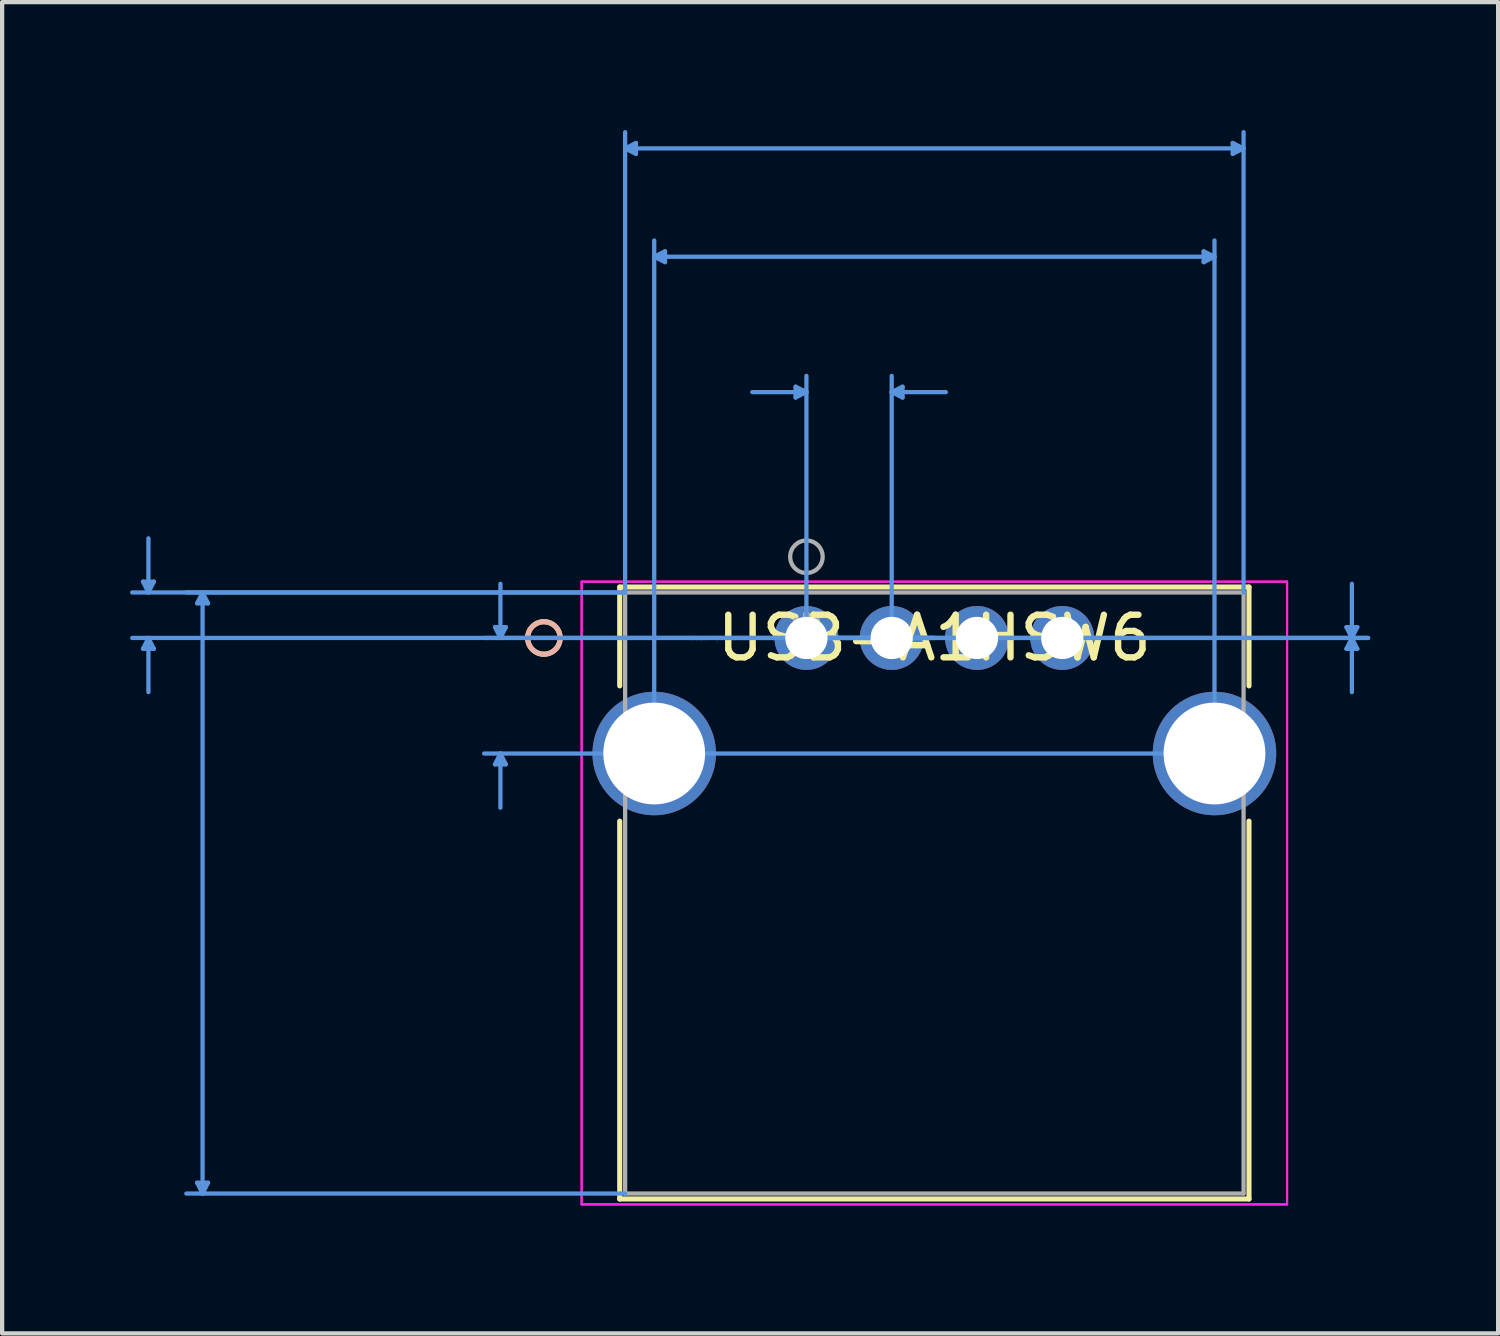
<source format=kicad_pcb>
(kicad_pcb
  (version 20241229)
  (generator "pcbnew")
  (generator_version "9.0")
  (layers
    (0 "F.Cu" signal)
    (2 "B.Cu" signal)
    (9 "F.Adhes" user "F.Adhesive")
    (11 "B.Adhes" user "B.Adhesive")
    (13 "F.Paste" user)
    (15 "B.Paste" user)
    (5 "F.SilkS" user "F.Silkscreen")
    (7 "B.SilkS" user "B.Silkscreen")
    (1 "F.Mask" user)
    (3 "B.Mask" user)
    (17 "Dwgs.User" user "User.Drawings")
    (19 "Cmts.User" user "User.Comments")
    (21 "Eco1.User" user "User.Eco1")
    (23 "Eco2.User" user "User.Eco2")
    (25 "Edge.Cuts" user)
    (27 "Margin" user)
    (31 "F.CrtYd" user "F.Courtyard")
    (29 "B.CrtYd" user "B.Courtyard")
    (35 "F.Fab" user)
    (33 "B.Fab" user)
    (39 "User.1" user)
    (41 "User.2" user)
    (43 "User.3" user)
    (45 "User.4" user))
  (footprint "USB-A1HSW6"
    (layer "F.Cu")
    (at 15.863 11.912)
    (property "Reference" "USB-A1HSW6" (at 3 0 0) (layer "F.SilkS") (effects (font (size 1 1) (thickness 0.15))))
    (attr through_hole)
    (fp_line (start -4.379 -1.194) (end -4.379 1.124) (stroke (width 0.12) (type solid)) (layer "F.SilkS"))
    (fp_line (start -4.379 4.296) (end -4.379 13.157) (stroke (width 0.12) (type solid)) (layer "F.SilkS"))
    (fp_line (start -4.379 13.157) (end 10.379 13.157) (stroke (width 0.12) (type solid)) (layer "F.SilkS"))
    (fp_line (start 10.379 -1.194) (end -4.379 -1.194) (stroke (width 0.12) (type solid)) (layer "F.SilkS"))
    (fp_line (start 10.379 1.124) (end 10.379 -1.194) (stroke (width 0.12) (type solid)) (layer "F.SilkS"))
    (fp_line (start 10.379 13.157) (end 10.379 4.296) (stroke (width 0.12) (type solid)) (layer "F.SilkS"))
    (fp_circle (center -6.157 0) (end -5.776 0) (stroke (width 0.12) (type solid)) (fill no) (layer "F.SilkS"))
    (fp_circle (center -6.157 0) (end -5.776 0) (stroke (width 0.12) (type solid)) (fill no) (layer "B.SilkS"))
    (fp_line (start -15.559 -1.321) (end -15.305 -1.321) (stroke (width 0.1) (type solid)) (layer "Cmts.User"))
    (fp_line (start -15.559 0.254) (end -15.305 0.254) (stroke (width 0.1) (type solid)) (layer "Cmts.User"))
    (fp_line (start -15.432 -1.067) (end -15.559 -1.321) (stroke (width 0.1) (type solid)) (layer "Cmts.User"))
    (fp_line (start -15.432 -1.067) (end -15.432 -2.337) (stroke (width 0.1) (type solid)) (layer "Cmts.User"))
    (fp_line (start -15.432 -1.067) (end -15.305 -1.321) (stroke (width 0.1) (type solid)) (layer "Cmts.User"))
    (fp_line (start -15.432 0) (end -15.559 0.254) (stroke (width 0.1) (type solid)) (layer "Cmts.User"))
    (fp_line (start -15.432 0) (end -15.432 1.27) (stroke (width 0.1) (type solid)) (layer "Cmts.User"))
    (fp_line (start -15.432 0) (end -15.305 0.254) (stroke (width 0.1) (type solid)) (layer "Cmts.User"))
    (fp_line (start -14.289 -0.813) (end -14.035 -0.813) (stroke (width 0.1) (type solid)) (layer "Cmts.User"))
    (fp_line (start -14.289 12.776) (end -14.035 12.776) (stroke (width 0.1) (type solid)) (layer "Cmts.User"))
    (fp_line (start -14.162 -1.067) (end -14.289 -0.813) (stroke (width 0.1) (type solid)) (layer "Cmts.User"))
    (fp_line (start -14.162 -1.067) (end -14.162 13.03) (stroke (width 0.1) (type solid)) (layer "Cmts.User"))
    (fp_line (start -14.162 -1.067) (end -14.035 -0.813) (stroke (width 0.1) (type solid)) (layer "Cmts.User"))
    (fp_line (start -14.162 13.03) (end -14.289 12.776) (stroke (width 0.1) (type solid)) (layer "Cmts.User"))
    (fp_line (start -14.162 13.03) (end -14.035 12.776) (stroke (width 0.1) (type solid)) (layer "Cmts.User"))
    (fp_line (start -7.304 -0.254) (end -7.05 -0.254) (stroke (width 0.1) (type solid)) (layer "Cmts.User"))
    (fp_line (start -7.304 2.964) (end -7.05 2.964) (stroke (width 0.1) (type solid)) (layer "Cmts.User"))
    (fp_line (start -7.177 0) (end -7.304 -0.254) (stroke (width 0.1) (type solid)) (layer "Cmts.User"))
    (fp_line (start -7.177 0) (end -7.177 -1.27) (stroke (width 0.1) (type solid)) (layer "Cmts.User"))
    (fp_line (start -7.177 0) (end -7.05 -0.254) (stroke (width 0.1) (type solid)) (layer "Cmts.User"))
    (fp_line (start -7.177 2.71) (end -7.304 2.964) (stroke (width 0.1) (type solid)) (layer "Cmts.User"))
    (fp_line (start -7.177 2.71) (end -7.177 3.98) (stroke (width 0.1) (type solid)) (layer "Cmts.User"))
    (fp_line (start -7.177 2.71) (end -7.05 2.964) (stroke (width 0.1) (type solid)) (layer "Cmts.User"))
    (fp_line (start -4.252 -11.481) (end -3.998 -11.608) (stroke (width 0.1) (type solid)) (layer "Cmts.User"))
    (fp_line (start -4.252 -11.481) (end -3.998 -11.354) (stroke (width 0.1) (type solid)) (layer "Cmts.User"))
    (fp_line (start -4.252 -11.481) (end 10.252 -11.481) (stroke (width 0.1) (type solid)) (layer "Cmts.User"))
    (fp_line (start -4.252 -1.067) (end -15.813 -1.067) (stroke (width 0.1) (type solid)) (layer "Cmts.User"))
    (fp_line (start -4.252 -1.067) (end -14.543 -1.067) (stroke (width 0.1) (type solid)) (layer "Cmts.User"))
    (fp_line (start -4.252 -1.067) (end -4.252 -11.862) (stroke (width 0.1) (type solid)) (layer "Cmts.User"))
    (fp_line (start -4.252 13.03) (end -14.543 13.03) (stroke (width 0.1) (type solid)) (layer "Cmts.User"))
    (fp_line (start -3.998 -11.608) (end -3.998 -11.354) (stroke (width 0.1) (type solid)) (layer "Cmts.User"))
    (fp_line (start -3.57 -8.941) (end -3.316 -9.068) (stroke (width 0.1) (type solid)) (layer "Cmts.User"))
    (fp_line (start -3.57 -8.941) (end -3.316 -8.814) (stroke (width 0.1) (type solid)) (layer "Cmts.User"))
    (fp_line (start -3.57 -8.941) (end 9.57 -8.941) (stroke (width 0.1) (type solid)) (layer "Cmts.User"))
    (fp_line (start -3.57 2.71) (end -3.57 -9.322) (stroke (width 0.1) (type solid)) (layer "Cmts.User"))
    (fp_line (start -3.316 -9.068) (end -3.316 -8.814) (stroke (width 0.1) (type solid)) (layer "Cmts.User"))
    (fp_line (start -0.254 -5.893) (end -0.254 -5.639) (stroke (width 0.1) (type solid)) (layer "Cmts.User"))
    (fp_line (start 0 -5.766) (end -1.27 -5.766) (stroke (width 0.1) (type solid)) (layer "Cmts.User"))
    (fp_line (start 0 -5.766) (end -0.254 -5.893) (stroke (width 0.1) (type solid)) (layer "Cmts.User"))
    (fp_line (start 0 -5.766) (end -0.254 -5.639) (stroke (width 0.1) (type solid)) (layer "Cmts.User"))
    (fp_line (start 0 0) (end 0 -6.147) (stroke (width 0.1) (type solid)) (layer "Cmts.User"))
    (fp_line (start 0 0) (end 13.173 0) (stroke (width 0.1) (type solid)) (layer "Cmts.User"))
    (fp_line (start 0 0) (end 13.173 0) (stroke (width 0.1) (type solid)) (layer "Cmts.User"))
    (fp_line (start 2 -5.766) (end 2.254 -5.893) (stroke (width 0.1) (type solid)) (layer "Cmts.User"))
    (fp_line (start 2 -5.766) (end 2.254 -5.639) (stroke (width 0.1) (type solid)) (layer "Cmts.User"))
    (fp_line (start 2 -5.766) (end 3.27 -5.766) (stroke (width 0.1) (type solid)) (layer "Cmts.User"))
    (fp_line (start 2 0) (end 2 -6.147) (stroke (width 0.1) (type solid)) (layer "Cmts.User"))
    (fp_line (start 2.254 -5.893) (end 2.254 -5.639) (stroke (width 0.1) (type solid)) (layer "Cmts.User"))
    (fp_line (start 3 0) (end -15.813 0) (stroke (width 0.1) (type solid)) (layer "Cmts.User"))
    (fp_line (start 3 0) (end -7.558 0) (stroke (width 0.1) (type solid)) (layer "Cmts.User"))
    (fp_line (start 9.316 -9.068) (end 9.316 -8.814) (stroke (width 0.1) (type solid)) (layer "Cmts.User"))
    (fp_line (start 9.57 -8.941) (end 9.316 -9.068) (stroke (width 0.1) (type solid)) (layer "Cmts.User"))
    (fp_line (start 9.57 -8.941) (end 9.316 -8.814) (stroke (width 0.1) (type solid)) (layer "Cmts.User"))
    (fp_line (start 9.57 2.71) (end -7.558 2.71) (stroke (width 0.1) (type solid)) (layer "Cmts.User"))
    (fp_line (start 9.57 2.71) (end 9.57 -9.322) (stroke (width 0.1) (type solid)) (layer "Cmts.User"))
    (fp_line (start 9.998 -11.608) (end 9.998 -11.354) (stroke (width 0.1) (type solid)) (layer "Cmts.User"))
    (fp_line (start 10.252 -11.481) (end 9.998 -11.608) (stroke (width 0.1) (type solid)) (layer "Cmts.User"))
    (fp_line (start 10.252 -11.481) (end 9.998 -11.354) (stroke (width 0.1) (type solid)) (layer "Cmts.User"))
    (fp_line (start 10.252 -1.067) (end 10.252 -11.862) (stroke (width 0.1) (type solid)) (layer "Cmts.User"))
    (fp_line (start 12.665 -0.254) (end 12.919 -0.254) (stroke (width 0.1) (type solid)) (layer "Cmts.User"))
    (fp_line (start 12.665 0.254) (end 12.919 0.254) (stroke (width 0.1) (type solid)) (layer "Cmts.User"))
    (fp_line (start 12.792 0) (end 12.665 -0.254) (stroke (width 0.1) (type solid)) (layer "Cmts.User"))
    (fp_line (start 12.792 0) (end 12.665 0.254) (stroke (width 0.1) (type solid)) (layer "Cmts.User"))
    (fp_line (start 12.792 0) (end 12.792 -1.27) (stroke (width 0.1) (type solid)) (layer "Cmts.User"))
    (fp_line (start 12.792 0) (end 12.792 1.27) (stroke (width 0.1) (type solid)) (layer "Cmts.User"))
    (fp_line (start 12.792 0) (end 12.919 -0.254) (stroke (width 0.1) (type solid)) (layer "Cmts.User"))
    (fp_line (start 12.792 0) (end 12.919 0.254) (stroke (width 0.1) (type solid)) (layer "Cmts.User"))
    (fp_line (start -5.272 -1.321) (end -5.272 13.284) (stroke (width 0.05) (type solid)) (layer "F.CrtYd"))
    (fp_line (start -5.272 -1.321) (end -5.272 13.284) (stroke (width 0.05) (type solid)) (layer "F.CrtYd"))
    (fp_line (start -5.272 13.284) (end 11.272 13.284) (stroke (width 0.05) (type solid)) (layer "F.CrtYd"))
    (fp_line (start -5.272 13.284) (end 11.272 13.284) (stroke (width 0.05) (type solid)) (layer "F.CrtYd"))
    (fp_line (start 11.272 -1.321) (end -5.272 -1.321) (stroke (width 0.05) (type solid)) (layer "F.CrtYd"))
    (fp_line (start 11.272 -1.321) (end -5.272 -1.321) (stroke (width 0.05) (type solid)) (layer "F.CrtYd"))
    (fp_line (start 11.272 13.284) (end 11.272 -1.321) (stroke (width 0.05) (type solid)) (layer "F.CrtYd"))
    (fp_line (start 11.272 13.284) (end 11.272 -1.321) (stroke (width 0.05) (type solid)) (layer "F.CrtYd"))
    (fp_line (start -4.252 -1.067) (end -4.252 13.03) (stroke (width 0.1) (type solid)) (layer "F.Fab"))
    (fp_line (start -4.252 13.03) (end 10.252 13.03) (stroke (width 0.1) (type solid)) (layer "F.Fab"))
    (fp_line (start 10.252 -1.067) (end -4.252 -1.067) (stroke (width 0.1) (type solid)) (layer "F.Fab"))
    (fp_line (start 10.252 13.03) (end 10.252 -1.067) (stroke (width 0.1) (type solid)) (layer "F.Fab"))
    (fp_circle (center 0 -1.905) (end 0.381 -1.905) (stroke (width 0.1) (type solid)) (fill no) (layer "F.Fab"))
    (fp_text user "*" (at 0 0 0) (layer "F.SilkS") (effects (font (size 1 1) (thickness 0.15))))
    (fp_text user "Copyright 2021 Accelerated Designs. All rights reserved." (at 0 0 0) (layer "Cmts.User") (effects (font (size 0.127 0.127) (thickness 0.002))))
    (fp_text user "*" (at 0 0 0) (layer "F.Fab") (effects (font (size 1 1) (thickness 0.15))))
    (pad "1" thru_hole circle (at 0 0) (size 1.499 1.499) (drill 0.991) (layers "*.Cu" "*.Mask"))
    (pad "2" thru_hole circle (at 2 0) (size 1.499 1.499) (drill 0.991) (layers "*.Cu" "*.Mask"))
    (pad "3" thru_hole circle (at 4 0) (size 1.499 1.499) (drill 0.991) (layers "*.Cu" "*.Mask"))
    (pad "4" thru_hole circle (at 6 0) (size 1.499 1.499) (drill 0.991) (layers "*.Cu" "*.Mask"))
    (pad "5" thru_hole circle (at -3.57 2.71) (size 2.896 2.896) (drill 2.388) (layers "*.Cu" "*.Mask"))
    (pad "6" thru_hole circle (at 9.57 2.71) (size 2.896 2.896) (drill 2.388) (layers "*.Cu" "*.Mask")))
  (gr_rect
    (start -3 -3)
    (end 32.085 28.221)
    (stroke (width 0.1) (type default))
    (fill no)
    (layer "Edge.Cuts")))
</source>
